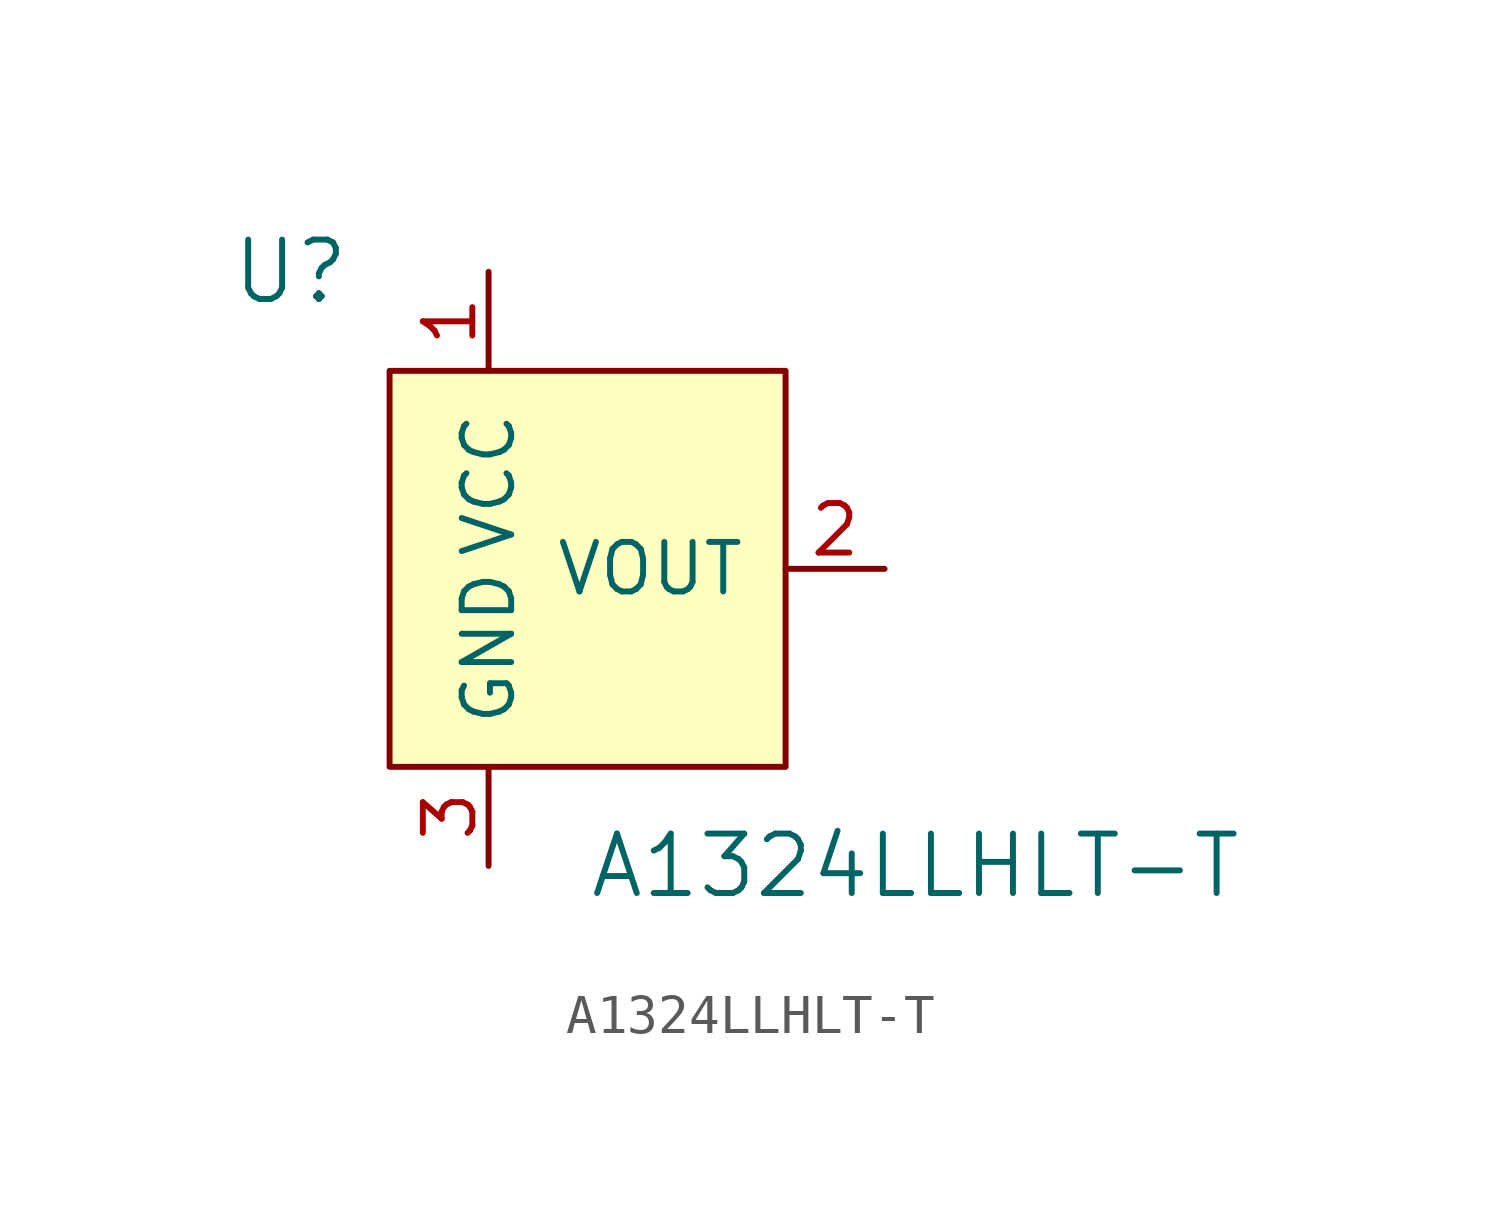
<source format=kicad_sym>
(kicad_symbol_lib
  (version 20220914)
  (generator kicad_symbol_editor)
  (symbol "A1324LLHLT-T"
    (pin_names
      (offset 1.016))
    (property "Reference" "U"
      (at -5.08 7.62 0)
      (effects (font (size 1.524 1.524))))
    (property "Value" "A1324LLHLT-T"
      (at 2.54 -7.62 0)
      (effects (font (size 1.524 1.524)) (justify left)))
    (symbol "A1324LLHLT-T_0_1"
      (rectangle (start 7.62 5.08) (end -2.54 -5.08) (stroke (width 0) (type default)) (fill (type background))))
    (symbol "A1324LLHLT-T_1_1"
      (pin power_in line (at 0 7.62 270) (length 2.54) (name "VCC" (effects (font (size 1.27 1.27)))) (number "1" (effects (font (size 1.27 1.27)))))
      (pin output line (at 10.16 0 180) (length 2.54) (name "VOUT" (effects (font (size 1.27 1.27)))) (number "2" (effects (font (size 1.27 1.27)))))
      (pin power_in line (at 0 -7.62 90) (length 2.54) (name "GND" (effects (font (size 1.27 1.27)))) (number "3" (effects (font (size 1.27 1.27))))))))
</source>
